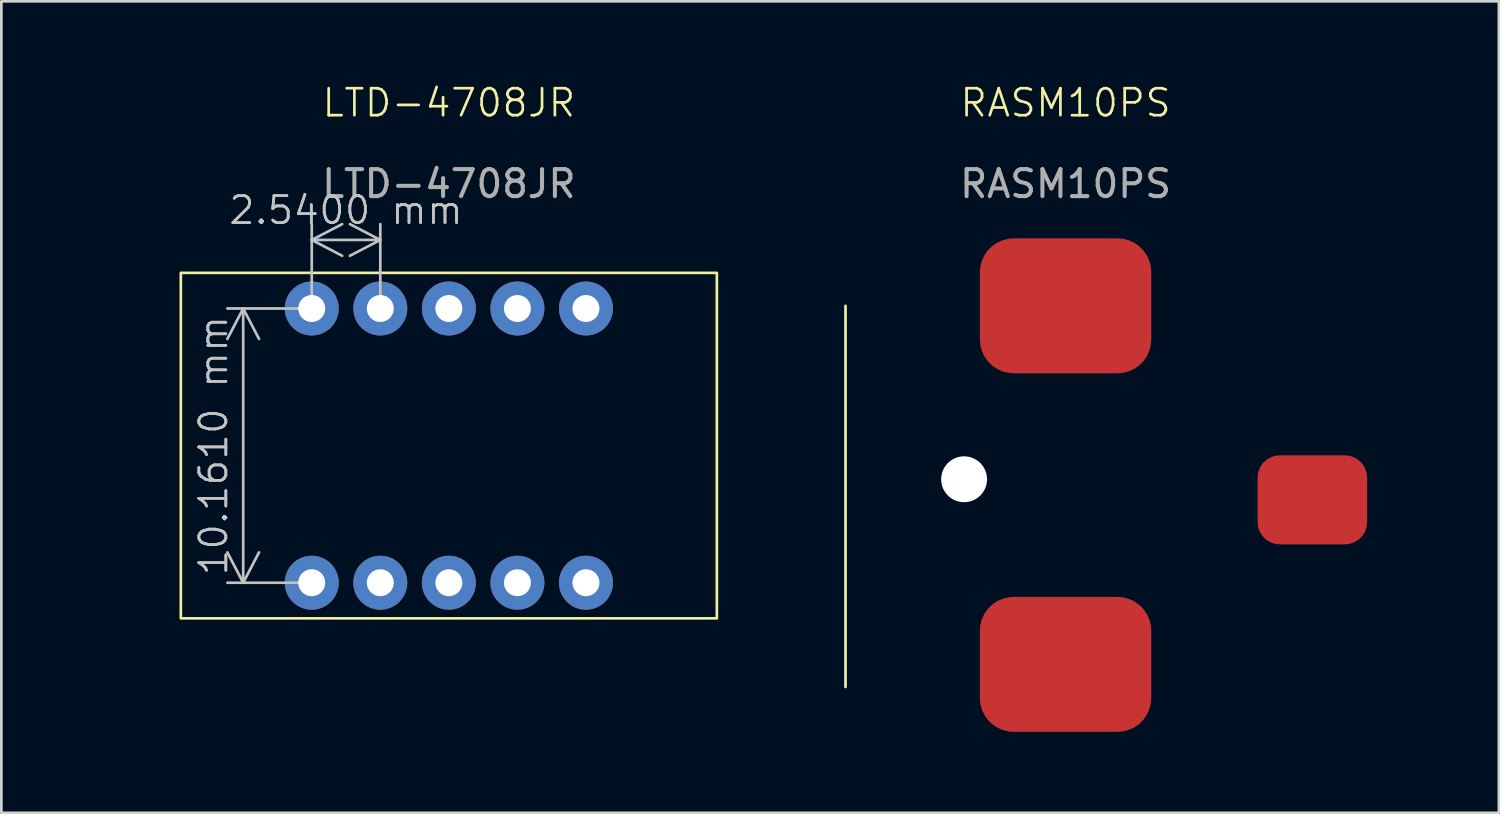
<source format=kicad_pcb>
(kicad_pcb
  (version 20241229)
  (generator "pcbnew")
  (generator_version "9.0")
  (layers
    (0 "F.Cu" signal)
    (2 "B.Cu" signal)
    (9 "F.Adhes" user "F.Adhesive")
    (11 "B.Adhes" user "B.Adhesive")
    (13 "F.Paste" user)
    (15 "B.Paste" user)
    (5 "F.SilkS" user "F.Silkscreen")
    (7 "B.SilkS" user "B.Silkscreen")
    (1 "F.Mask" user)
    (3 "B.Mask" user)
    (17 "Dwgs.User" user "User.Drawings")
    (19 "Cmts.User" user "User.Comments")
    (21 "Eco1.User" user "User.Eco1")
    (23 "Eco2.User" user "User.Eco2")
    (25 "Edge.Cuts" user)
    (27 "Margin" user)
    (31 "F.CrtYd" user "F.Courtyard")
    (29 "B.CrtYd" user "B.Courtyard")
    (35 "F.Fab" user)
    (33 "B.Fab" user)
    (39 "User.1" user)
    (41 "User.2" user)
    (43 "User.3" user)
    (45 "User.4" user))
  (footprint "LTD-4708JR"
    (layer "F.Cu")
    (at 13.58 13.46)
    (property "Reference" "LTD-4708JR" (at 0 -12.7 0) (unlocked yes) (layer "F.SilkS") (effects (font (size 1 1) (thickness 0.1))))
    (attr through_hole)
    (fp_rect (start -9.93 -6.4) (end 9.93 6.4) (stroke (width 0.1) (type default)) (fill no) (layer "F.SilkS"))
    (fp_text user "${REFERENCE}" (at 0 -9.7 0) (unlocked yes) (layer "F.Fab") (effects (font (size 1 1) (thickness 0.15))))
    (dimension (type aligned) (layer "Dwgs.User") (pts (xy 8.5 8.38) (xy 11.04 8.38)) (height -2.54) (format (prefix "") (suffix "") (units 3) (units_format 1) (precision 4)) (style (thickness 0.1) (arrow_length 1.27) (text_position_mode 0) (arrow_direction outward) (extension_height 0.586) (extension_offset 0.5) (keep_text_aligned yes)) (gr_text "2.5400 mm" (at 9.77 4.74 0) (layer "Dwgs.User") (effects (font (size 1 1) (thickness 0.1)))))
    (dimension (type aligned) (layer "Dwgs.User") (pts (xy 8.5 8.38) (xy 8.5 18.541)) (height 2.54) (format (prefix "") (suffix "") (units 3) (units_format 1) (precision 4)) (style (thickness 0.1) (arrow_length 1.27) (text_position_mode 0) (arrow_direction outward) (extension_height 0.586) (extension_offset 0.5) (keep_text_aligned yes)) (gr_text "10.1600 mm" (at 4.86 13.46 90) (layer "Dwgs.User") (effects (font (size 1 1) (thickness 0.1)))))
    (pad "1" thru_hole circle (at -5.08 5.08) (size 2 2) (drill 1) (layers "*.Cu" "*.Mask"))
    (pad "2" thru_hole circle (at -2.54 5.08) (size 2 2) (drill 1) (layers "*.Cu" "*.Mask"))
    (pad "3" thru_hole circle (at 0 5.08) (size 2 2) (drill 1) (layers "*.Cu" "*.Mask"))
    (pad "4" thru_hole circle (at 2.54 5.08) (size 2 2) (drill 1) (layers "*.Cu" "*.Mask"))
    (pad "5" thru_hole circle (at 5.08 5.08) (size 2 2) (drill 1) (layers "*.Cu" "*.Mask"))
    (pad "6" thru_hole circle (at 5.08 -5.08) (size 2 2) (drill 1) (layers "*.Cu" "*.Mask"))
    (pad "7" thru_hole circle (at 2.54 -5.08) (size 2 2) (drill 1) (layers "*.Cu" "*.Mask"))
    (pad "8" thru_hole circle (at 0 -5.08) (size 2 2) (drill 1) (layers "*.Cu" "*.Mask"))
    (pad "9" thru_hole circle (at -2.54 -5.08) (size 2 2) (drill 1) (layers "*.Cu" "*.Mask"))
    (pad "10" thru_hole circle (at -5.08 -5.08) (size 2 2) (drill 1) (layers "*.Cu" "*.Mask")))
  (footprint "RASM10PS"
    (layer "F.Cu")
    (at 45.573 15.469)
    (property "Reference" "RASM10PS" (at -9.144 -14.708 0) (unlocked yes) (layer "F.SilkS") (effects (font (size 1 1) (thickness 0.1))))
    (attr smd)
    (fp_line (start -17.297 6.934) (end -17.297 -7.188) (stroke (width 0.1) (type default)) (layer "F.SilkS"))
    (fp_line (start -9.144 -7.188) (end -17.526 -7.188) (stroke (width 0.1) (type default)) (layer "User.1"))
    (fp_line (start -9.144 6.096) (end -17.526 6.096) (stroke (width 0.1) (type default)) (layer "User.1"))
    (fp_line (start -9.144 6.096) (end -9.144 -7.188) (stroke (width 0.1) (type default)) (layer "User.1"))
    (fp_line (start 0 -7.188) (end -9.144 -7.188) (stroke (width 0.1) (type default)) (layer "User.1"))
    (fp_line (start 0 6.096) (end -9.144 6.096) (stroke (width 0.1) (type default)) (layer "User.1"))
    (fp_text user "${REFERENCE}" (at -9.144 -11.708 0) (unlocked yes) (layer "F.Fab") (effects (font (size 1 1) (thickness 0.15))))
    (dimension (type aligned) (layer "User.1") (pts (xy 45.573 21.564) (xy 45.573 15.469)) (height 1.27) (format (prefix "") (suffix "") (units 0) (units_format 1) (precision 4)) (style (thickness 0.1) (arrow_length 1.27) (text_position_mode 0) (arrow_direction outward) (extension_height 0.586) (extension_offset 0.5) (keep_text_aligned yes)) (gr_text "0.2400 in" (at 45.743 18.517 90) (layer "User.1") (effects (font (size 1 1) (thickness 0.1)))))
    (dimension (type aligned) (layer "User.1") (pts (xy 32.67 14.707) (xy 32.67 15.469)) (height 1.27) (format (prefix "") (suffix "") (units 0) (units_format 1) (precision 4)) (style (thickness 0.1) (arrow_length 1.27) (text_position_mode 0) (arrow_direction outward) (extension_height 0.586) (extension_offset 0.5) (keep_text_aligned yes)) (gr_text "0.0300 in" (at 30.3 15.088 90) (layer "User.1") (effects (font (size 1 1) (thickness 0.1)))))
    (dimension (type aligned) (layer "User.1") (pts (xy 45.573 15.469) (xy 45.573 8.28)) (height 1.27) (format (prefix "") (suffix "") (units 0) (units_format 1) (precision 4)) (style (thickness 0.1) (arrow_length 1.27) (text_position_mode 0) (arrow_direction outward) (extension_height 0.586) (extension_offset 0.5) (keep_text_aligned yes)) (gr_text "0.2830 in" (at 45.743 11.874 90) (layer "User.1") (effects (font (size 1 1) (thickness 0.1)))))
    (dimension (type aligned) (layer "User.1") (pts (xy 36.429 14.707) (xy 32.67 14.707)) (height 1.27) (format (prefix "") (suffix "") (units 0) (units_format 1) (precision 4)) (style (thickness 0.1) (arrow_length 1.27) (text_position_mode 0) (arrow_direction outward) (extension_height 0.586) (extension_offset 0.5) (keep_text_aligned yes)) (gr_text "0.1480 in" (at 34.55 12.336 0) (layer "User.1") (effects (font (size 1 1) (thickness 0.1)))))
    (dimension (type aligned) (layer "User.1") (pts (xy 32.873 9.118) (xy 30.105 9.169)) (height 1.27) (format (prefix "") (suffix "") (units 0) (units_format 1) (precision 4)) (style (thickness 0.1) (arrow_length 1.27) (text_position_mode 0) (arrow_direction outward) (extension_height 0.586) (extension_offset 0.5) (keep_text_aligned yes)) (gr_text "0.1090 in" (at 31.445 6.774 1.051) (layer "User.1") (effects (font (size 1 1) (thickness 0.1)))))
    (dimension (type aligned) (layer "User.1") (pts (xy 45.573 8.28) (xy 36.429 8.28)) (height 1.27) (format (prefix "") (suffix "") (units 0) (units_format 1) (precision 4)) (style (thickness 0.1) (arrow_length 1.27) (text_position_mode 0) (arrow_direction outward) (extension_height 0.586) (extension_offset 0.5) (keep_text_aligned yes)) (gr_text "0.3600 in" (at 41.001 5.91 0) (layer "User.1") (effects (font (size 1 1) (thickness 0.1)))))
    (dimension (type aligned) (layer "User.1") (pts (xy 36.429 21.564) (xy 28.276 21.564)) (height 1.27) (format (prefix "") (suffix "") (units 0) (units_format 1) (precision 4)) (style (thickness 0.1) (arrow_length 1.27) (text_position_mode 0) (arrow_direction outward) (extension_height 0.586) (extension_offset 0.5) (keep_text_aligned yes)) (gr_text "0.3210 in" (at 32.352 19.195 0) (layer "User.1") (effects (font (size 1 1) (thickness 0.1)))))
    (pad "" np_thru_hole circle (at -12.903 -0.762) (size 1.7 1.7) (drill 1.7) (layers "*.Cu" "*.Mask"))
    (pad "1" smd roundrect (at 0 0) (size 4.06 3.3) (layers "F.Cu" "F.Mask" "F.Paste") (roundrect_rratio 0.25))
    (pad "2" smd roundrect (at -9.144 -7.188) (size 6.35 5) (layers "F.Cu" "F.Mask" "F.Paste") (roundrect_rratio 0.25))
    (pad "3" smd roundrect (at -9.144 6.096) (size 6.35 5) (layers "F.Cu" "F.Mask" "F.Paste") (roundrect_rratio 0.25)))
  (gr_rect
    (start -3 -3)
    (end 52.484 27.064)
    (stroke (width 0.1) (type default))
    (fill no)
    (layer "Edge.Cuts")))
</source>
